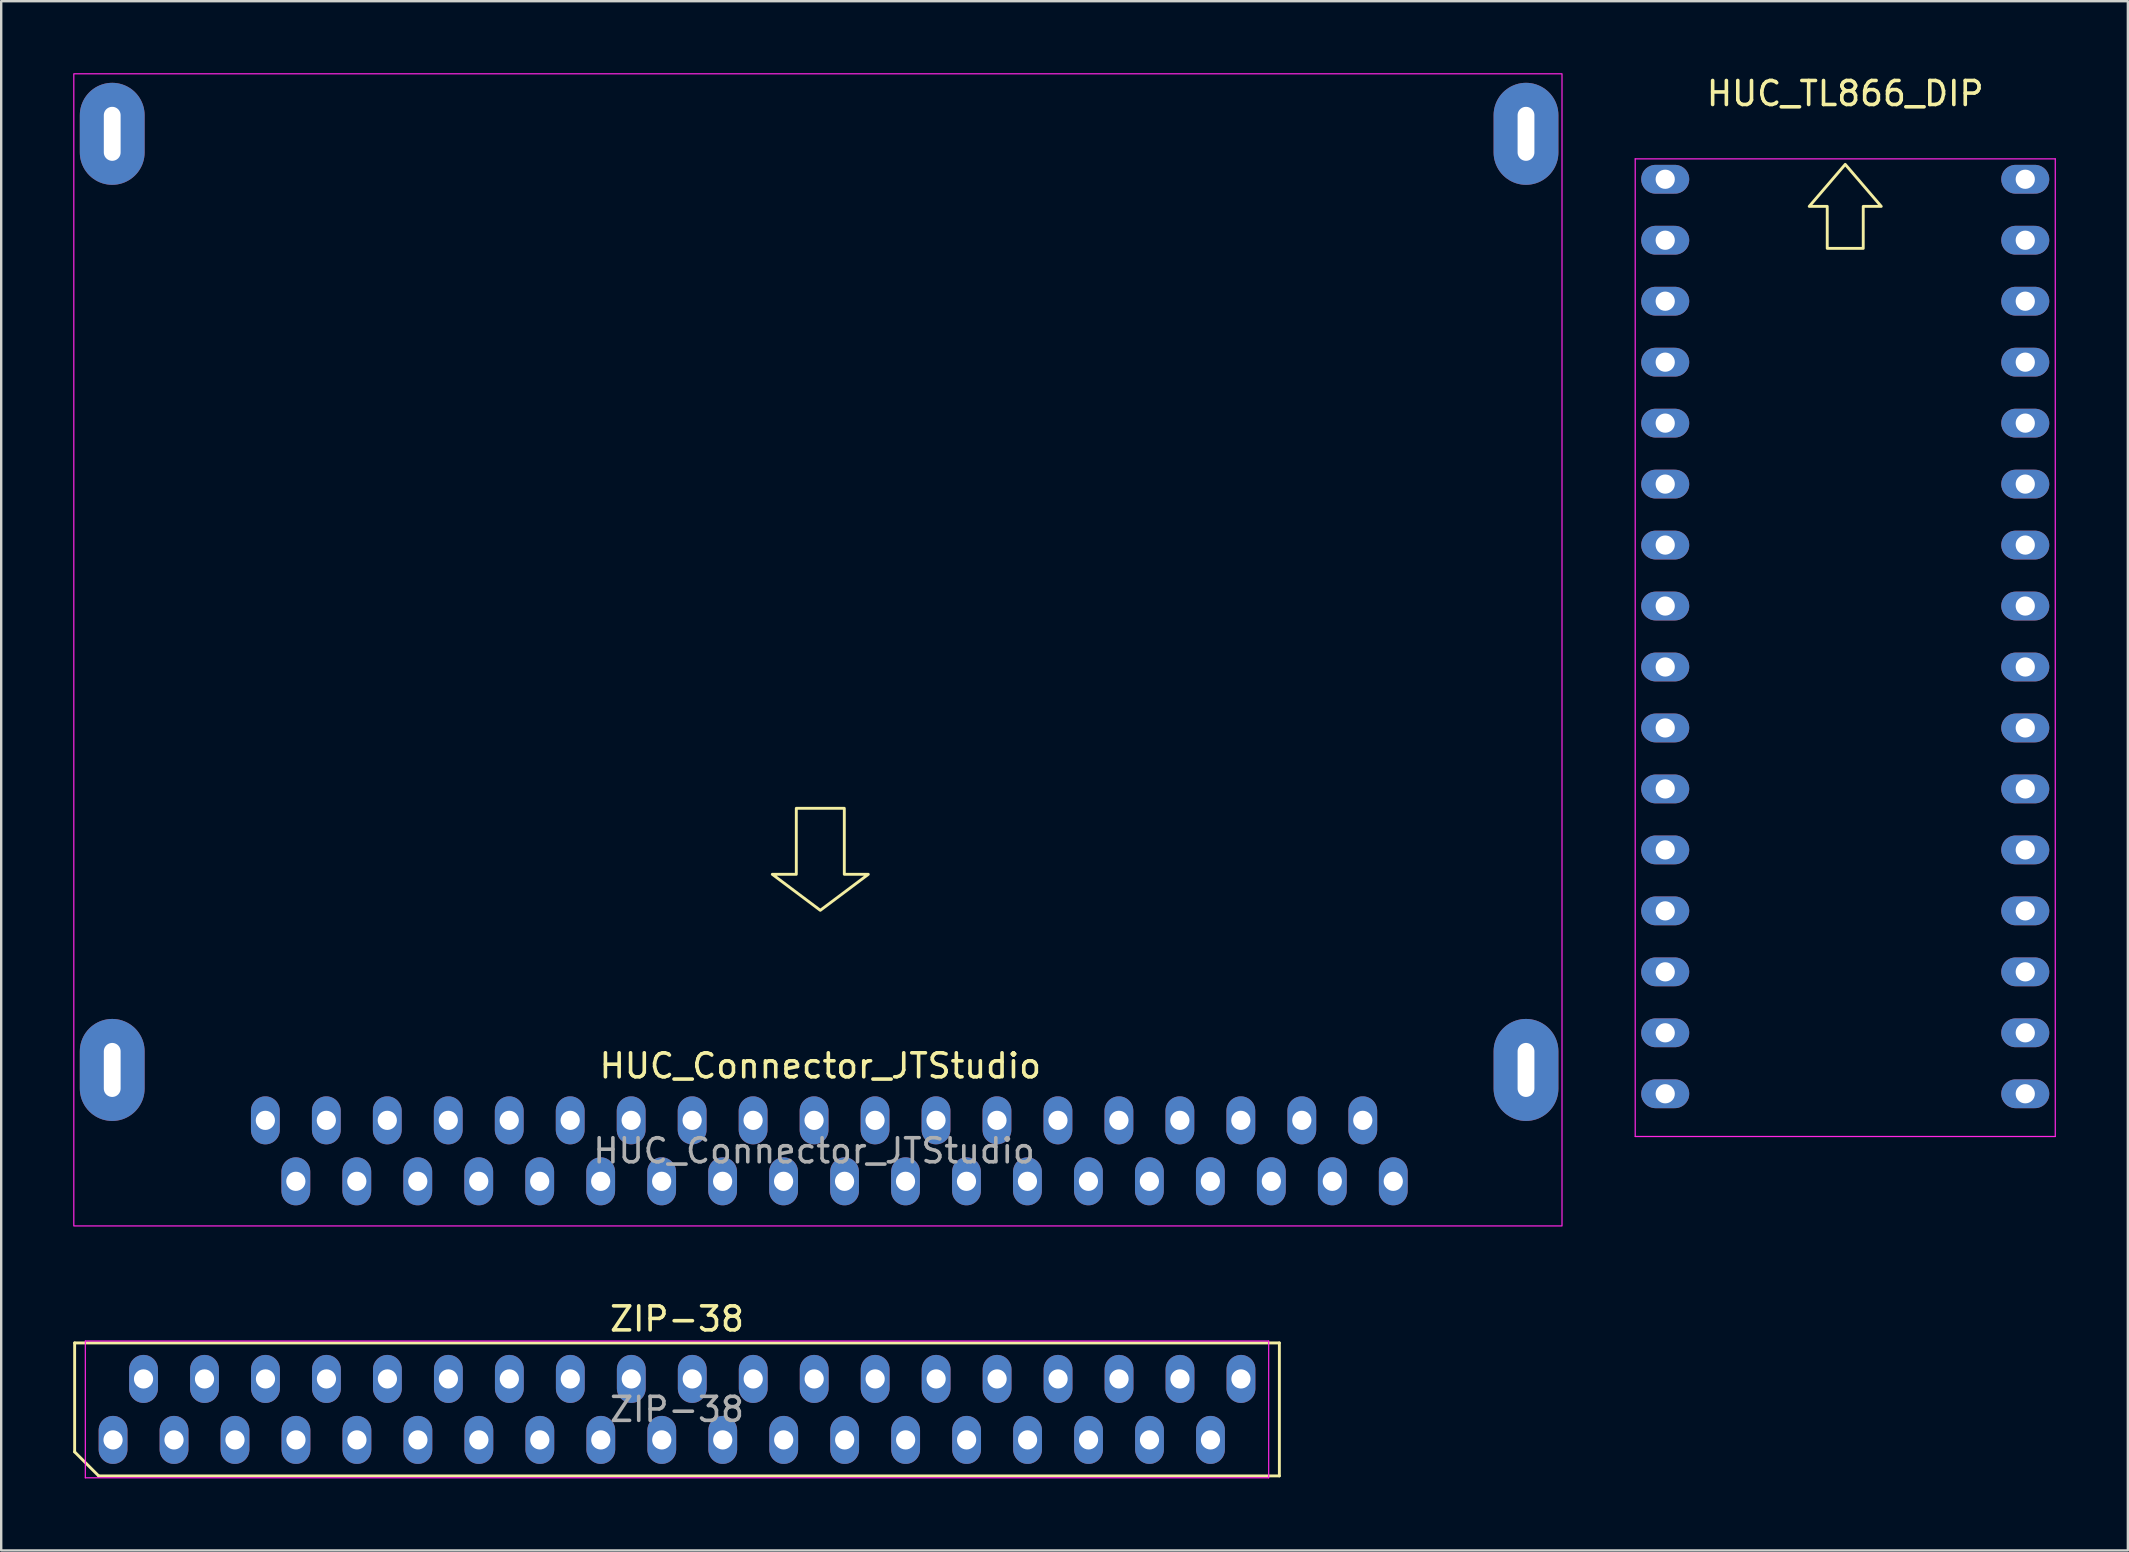
<source format=kicad_pcb>
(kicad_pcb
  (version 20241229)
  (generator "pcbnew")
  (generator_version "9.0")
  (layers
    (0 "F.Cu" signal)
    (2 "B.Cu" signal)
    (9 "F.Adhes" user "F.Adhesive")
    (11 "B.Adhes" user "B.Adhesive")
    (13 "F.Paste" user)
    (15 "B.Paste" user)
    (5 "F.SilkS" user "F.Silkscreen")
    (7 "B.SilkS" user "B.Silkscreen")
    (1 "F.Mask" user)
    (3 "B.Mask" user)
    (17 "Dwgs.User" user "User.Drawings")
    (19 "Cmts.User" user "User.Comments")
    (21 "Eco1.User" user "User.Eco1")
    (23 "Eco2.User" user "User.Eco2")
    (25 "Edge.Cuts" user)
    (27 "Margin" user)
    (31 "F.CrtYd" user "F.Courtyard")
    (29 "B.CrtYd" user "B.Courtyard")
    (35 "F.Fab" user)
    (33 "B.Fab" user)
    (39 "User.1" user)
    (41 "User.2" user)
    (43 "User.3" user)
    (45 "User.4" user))
  (footprint "ZIP-38"
    (layer "F.Cu")
    (at 25.155 55.668)
    (property "Reference" "ZIP-38" (at 0 -3.77 0) (unlocked yes) (layer "F.SilkS") (effects (font (size 1 1) (thickness 0.15))))
    (attr through_hole)
    (fp_line (start -25.095 -2.77) (end 25.095 -2.77) (stroke (width 0.12) (type default)) (layer "F.SilkS"))
    (fp_line (start -25.095 1.77) (end -25.095 -2.77) (stroke (width 0.12) (type default)) (layer "F.SilkS"))
    (fp_line (start -24.095 2.77) (end -25.095 1.77) (stroke (width 0.12) (type default)) (layer "F.SilkS"))
    (fp_line (start 25.095 -2.77) (end 25.095 2.77) (stroke (width 0.12) (type default)) (layer "F.SilkS"))
    (fp_line (start 25.095 2.77) (end -24.095 2.77) (stroke (width 0.12) (type default)) (layer "F.SilkS"))
    (fp_line (start -24.65 -2.85) (end 24.65 -2.85) (stroke (width 0.05) (type default)) (layer "F.CrtYd"))
    (fp_line (start -24.65 2.85) (end -24.65 -2.85) (stroke (width 0.05) (type default)) (layer "F.CrtYd"))
    (fp_line (start 24.65 -2.85) (end 24.65 2.85) (stroke (width 0.05) (type default)) (layer "F.CrtYd"))
    (fp_line (start 24.65 2.85) (end -24.65 2.85) (stroke (width 0.05) (type default)) (layer "F.CrtYd"))
    (fp_text user "${REFERENCE}" (at 0 0 0) (layer "F.Fab") (effects (font (size 1 1) (thickness 0.15))))
    (pad "1" thru_hole oval (at -23.495 1.27) (size 1.2 2) (drill 0.8) (layers "*.Cu" "*.Mask"))
    (pad "2" thru_hole oval (at -22.225 -1.27) (size 1.2 2) (drill 0.8) (layers "*.Cu" "*.Mask"))
    (pad "3" thru_hole oval (at -20.955 1.27) (size 1.2 2) (drill 0.8) (layers "*.Cu" "*.Mask"))
    (pad "4" thru_hole oval (at -19.685 -1.27) (size 1.2 2) (drill 0.8) (layers "*.Cu" "*.Mask"))
    (pad "5" thru_hole oval (at -18.415 1.27) (size 1.2 2) (drill 0.8) (layers "*.Cu" "*.Mask"))
    (pad "6" thru_hole oval (at -17.145 -1.27) (size 1.2 2) (drill 0.8) (layers "*.Cu" "*.Mask"))
    (pad "7" thru_hole oval (at -15.875 1.27) (size 1.2 2) (drill 0.8) (layers "*.Cu" "*.Mask"))
    (pad "8" thru_hole oval (at -14.605 -1.27) (size 1.2 2) (drill 0.8) (layers "*.Cu" "*.Mask"))
    (pad "9" thru_hole oval (at -13.335 1.27) (size 1.2 2) (drill 0.8) (layers "*.Cu" "*.Mask"))
    (pad "10" thru_hole oval (at -12.065 -1.27) (size 1.2 2) (drill 0.8) (layers "*.Cu" "*.Mask"))
    (pad "11" thru_hole oval (at -10.795 1.27) (size 1.2 2) (drill 0.8) (layers "*.Cu" "*.Mask"))
    (pad "12" thru_hole oval (at -9.525 -1.27) (size 1.2 2) (drill 0.8) (layers "*.Cu" "*.Mask"))
    (pad "13" thru_hole oval (at -8.255 1.27) (size 1.2 2) (drill 0.8) (layers "*.Cu" "*.Mask"))
    (pad "14" thru_hole oval (at -6.985 -1.27) (size 1.2 2) (drill 0.8) (layers "*.Cu" "*.Mask"))
    (pad "15" thru_hole oval (at -5.715 1.27) (size 1.2 2) (drill 0.8) (layers "*.Cu" "*.Mask"))
    (pad "16" thru_hole oval (at -4.445 -1.27) (size 1.2 2) (drill 0.8) (layers "*.Cu" "*.Mask"))
    (pad "17" thru_hole oval (at -3.175 1.27) (size 1.2 2) (drill 0.8) (layers "*.Cu" "*.Mask"))
    (pad "18" thru_hole oval (at -1.905 -1.27) (size 1.2 2) (drill 0.8) (layers "*.Cu" "*.Mask"))
    (pad "19" thru_hole oval (at -0.635 1.27) (size 1.2 2) (drill 0.8) (layers "*.Cu" "*.Mask"))
    (pad "20" thru_hole oval (at 0.635 -1.27) (size 1.2 2) (drill 0.8) (layers "*.Cu" "*.Mask"))
    (pad "21" thru_hole oval (at 1.905 1.27) (size 1.2 2) (drill 0.8) (layers "*.Cu" "*.Mask"))
    (pad "22" thru_hole oval (at 3.175 -1.27) (size 1.2 2) (drill 0.8) (layers "*.Cu" "*.Mask"))
    (pad "23" thru_hole oval (at 4.445 1.27) (size 1.2 2) (drill 0.8) (layers "*.Cu" "*.Mask"))
    (pad "24" thru_hole oval (at 5.715 -1.27) (size 1.2 2) (drill 0.8) (layers "*.Cu" "*.Mask"))
    (pad "25" thru_hole oval (at 6.985 1.27) (size 1.2 2) (drill 0.8) (layers "*.Cu" "*.Mask"))
    (pad "26" thru_hole oval (at 8.255 -1.27) (size 1.2 2) (drill 0.8) (layers "*.Cu" "*.Mask"))
    (pad "27" thru_hole oval (at 9.525 1.27) (size 1.2 2) (drill 0.8) (layers "*.Cu" "*.Mask"))
    (pad "28" thru_hole oval (at 10.795 -1.27) (size 1.2 2) (drill 0.8) (layers "*.Cu" "*.Mask"))
    (pad "29" thru_hole oval (at 12.065 1.27) (size 1.2 2) (drill 0.8) (layers "*.Cu" "*.Mask"))
    (pad "30" thru_hole oval (at 13.335 -1.27) (size 1.2 2) (drill 0.8) (layers "*.Cu" "*.Mask"))
    (pad "31" thru_hole oval (at 14.605 1.27) (size 1.2 2) (drill 0.8) (layers "*.Cu" "*.Mask"))
    (pad "32" thru_hole oval (at 15.875 -1.27) (size 1.2 2) (drill 0.8) (layers "*.Cu" "*.Mask"))
    (pad "33" thru_hole oval (at 17.145 1.27) (size 1.2 2) (drill 0.8) (layers "*.Cu" "*.Mask"))
    (pad "34" thru_hole oval (at 18.415 -1.27) (size 1.2 2) (drill 0.8) (layers "*.Cu" "*.Mask"))
    (pad "35" thru_hole oval (at 19.685 1.27) (size 1.2 2) (drill 0.8) (layers "*.Cu" "*.Mask"))
    (pad "36" thru_hole oval (at 20.955 -1.27) (size 1.2 2) (drill 0.8) (layers "*.Cu" "*.Mask"))
    (pad "37" thru_hole oval (at 22.225 1.27) (size 1.2 2) (drill 0.8) (layers "*.Cu" "*.Mask"))
    (pad "38" thru_hole oval (at 23.495 -1.27) (size 1.2 2) (drill 0.8) (layers "*.Cu" "*.Mask")))
  (footprint "HUC_Connector_JTStudio"
    (layer "F.Cu")
    (at 31.125 45.125)
    (property "Reference" "HUC_Connector_JTStudio" (at 0 -3.77 0) (unlocked yes) (layer "F.SilkS") (effects (font (size 1 1) (thickness 0.15))))
    (attr through_hole)
    (fp_poly (pts (xy -1 -14.5) (xy 1 -14.5) (xy 1 -11.75) (xy 2 -11.75) (xy 0 -10.25) (xy -2 -11.75) (xy -1 -11.75)) (stroke (width 0.12) (type solid)) (fill no) (layer "F.SilkS"))
    (fp_rect (start -31.1 -45.1) (end 30.9 2.9) (stroke (width 0.05) (type default)) (fill no) (layer "F.CrtYd"))
    (fp_text user "${REFERENCE}" (at -0.26 -0.23 0) (layer "F.Fab") (effects (font (size 1 1) (thickness 0.15))))
    (pad "0" thru_hole oval (at -29.5 -42.6) (size 2.7 4.25) (drill oval 0.7 2.25) (layers "*.Cu" "*.Mask"))
    (pad "0" thru_hole oval (at -29.5 -3.6) (size 2.7 4.25) (drill oval 0.7 2.25) (layers "*.Cu" "*.Mask"))
    (pad "0" thru_hole oval (at 29.4 -42.6) (size 2.7 4.25) (drill oval 0.7 2.25) (layers "*.Cu" "*.Mask"))
    (pad "0" thru_hole oval (at 29.4 -3.6) (size 2.7 4.25) (drill oval 0.7 2.25) (layers "*.Cu" "*.Mask"))
    (pad "1" thru_hole oval (at -23.12 -1.5) (size 1.2 2) (drill 0.8) (layers "*.Cu" "*.Mask"))
    (pad "2" thru_hole oval (at -21.85 1.04) (size 1.2 2) (drill 0.8) (layers "*.Cu" "*.Mask"))
    (pad "3" thru_hole oval (at -20.58 -1.5) (size 1.2 2) (drill 0.8) (layers "*.Cu" "*.Mask"))
    (pad "4" thru_hole oval (at -19.31 1.04) (size 1.2 2) (drill 0.8) (layers "*.Cu" "*.Mask"))
    (pad "5" thru_hole oval (at -18.04 -1.5) (size 1.2 2) (drill 0.8) (layers "*.Cu" "*.Mask"))
    (pad "6" thru_hole oval (at -16.77 1.04) (size 1.2 2) (drill 0.8) (layers "*.Cu" "*.Mask"))
    (pad "7" thru_hole oval (at -15.5 -1.5) (size 1.2 2) (drill 0.8) (layers "*.Cu" "*.Mask"))
    (pad "8" thru_hole oval (at -14.23 1.04) (size 1.2 2) (drill 0.8) (layers "*.Cu" "*.Mask"))
    (pad "9" thru_hole oval (at -12.96 -1.5) (size 1.2 2) (drill 0.8) (layers "*.Cu" "*.Mask"))
    (pad "10" thru_hole oval (at -11.69 1.04) (size 1.2 2) (drill 0.8) (layers "*.Cu" "*.Mask"))
    (pad "11" thru_hole oval (at -10.42 -1.5) (size 1.2 2) (drill 0.8) (layers "*.Cu" "*.Mask"))
    (pad "12" thru_hole oval (at -9.15 1.04) (size 1.2 2) (drill 0.8) (layers "*.Cu" "*.Mask"))
    (pad "13" thru_hole oval (at -7.88 -1.5) (size 1.2 2) (drill 0.8) (layers "*.Cu" "*.Mask"))
    (pad "14" thru_hole oval (at -6.61 1.04) (size 1.2 2) (drill 0.8) (layers "*.Cu" "*.Mask"))
    (pad "15" thru_hole oval (at -5.34 -1.5) (size 1.2 2) (drill 0.8) (layers "*.Cu" "*.Mask"))
    (pad "16" thru_hole oval (at -4.07 1.04) (size 1.2 2) (drill 0.8) (layers "*.Cu" "*.Mask"))
    (pad "17" thru_hole oval (at -2.8 -1.5) (size 1.2 2) (drill 0.8) (layers "*.Cu" "*.Mask"))
    (pad "18" thru_hole oval (at -1.53 1.04) (size 1.2 2) (drill 0.8) (layers "*.Cu" "*.Mask"))
    (pad "19" thru_hole oval (at -0.26 -1.5) (size 1.2 2) (drill 0.8) (layers "*.Cu" "*.Mask"))
    (pad "20" thru_hole oval (at 1.01 1.04) (size 1.2 2) (drill 0.8) (layers "*.Cu" "*.Mask"))
    (pad "21" thru_hole oval (at 2.28 -1.5) (size 1.2 2) (drill 0.8) (layers "*.Cu" "*.Mask"))
    (pad "22" thru_hole oval (at 3.55 1.04) (size 1.2 2) (drill 0.8) (layers "*.Cu" "*.Mask"))
    (pad "23" thru_hole oval (at 4.82 -1.5) (size 1.2 2) (drill 0.8) (layers "*.Cu" "*.Mask"))
    (pad "24" thru_hole oval (at 6.09 1.04) (size 1.2 2) (drill 0.8) (layers "*.Cu" "*.Mask"))
    (pad "25" thru_hole oval (at 7.36 -1.5) (size 1.2 2) (drill 0.8) (layers "*.Cu" "*.Mask"))
    (pad "26" thru_hole oval (at 8.63 1.04) (size 1.2 2) (drill 0.8) (layers "*.Cu" "*.Mask"))
    (pad "27" thru_hole oval (at 9.9 -1.5) (size 1.2 2) (drill 0.8) (layers "*.Cu" "*.Mask"))
    (pad "28" thru_hole oval (at 11.17 1.04) (size 1.2 2) (drill 0.8) (layers "*.Cu" "*.Mask"))
    (pad "29" thru_hole oval (at 12.44 -1.5) (size 1.2 2) (drill 0.8) (layers "*.Cu" "*.Mask"))
    (pad "30" thru_hole oval (at 13.71 1.04) (size 1.2 2) (drill 0.8) (layers "*.Cu" "*.Mask"))
    (pad "31" thru_hole oval (at 14.98 -1.5) (size 1.2 2) (drill 0.8) (layers "*.Cu" "*.Mask"))
    (pad "32" thru_hole oval (at 16.25 1.04) (size 1.2 2) (drill 0.8) (layers "*.Cu" "*.Mask"))
    (pad "33" thru_hole oval (at 17.52 -1.5) (size 1.2 2) (drill 0.8) (layers "*.Cu" "*.Mask"))
    (pad "34" thru_hole oval (at 18.79 1.04) (size 1.2 2) (drill 0.8) (layers "*.Cu" "*.Mask"))
    (pad "35" thru_hole oval (at 20.06 -1.5) (size 1.2 2) (drill 0.8) (layers "*.Cu" "*.Mask"))
    (pad "36" thru_hole oval (at 21.33 1.04) (size 1.2 2) (drill 0.8) (layers "*.Cu" "*.Mask"))
    (pad "37" thru_hole oval (at 22.6 -1.5) (size 1.2 2) (drill 0.8) (layers "*.Cu" "*.Mask"))
    (pad "38" thru_hole oval (at 23.87 1.04) (size 1.2 2) (drill 0.8) (layers "*.Cu" "*.Mask")))
  (footprint "HUC_TL866_DIP"
    (layer "F.Cu")
    (at 73.825 28.548)
    (property "Reference" "HUC_TL866_DIP" (at 0 -27.7 0) (unlocked yes) (layer "F.SilkS") (effects (font (size 1 1) (thickness 0.15))))
    (attr through_hole)
    (fp_poly (pts (xy -0.75 -21.25) (xy 0.75 -21.25) (xy 0.75 -23) (xy 1.5 -23) (xy 0 -24.75) (xy -1.5 -23) (xy -0.75 -23)) (stroke (width 0.12) (type solid)) (fill no) (layer "F.SilkS"))
    (fp_line (start -8.75 -24.98) (end 8.75 -24.98) (stroke (width 0.05) (type default)) (layer "F.CrtYd"))
    (fp_line (start -8.75 15.75) (end -8.75 -24.98) (stroke (width 0.05) (type default)) (layer "F.CrtYd"))
    (fp_line (start 8.75 -24.98) (end 8.75 15.75) (stroke (width 0.05) (type default)) (layer "F.CrtYd"))
    (fp_line (start 8.75 15.75) (end -8.75 15.75) (stroke (width 0.05) (type default)) (layer "F.CrtYd"))
    (pad "1" thru_hole oval (at -7.5 -24.13 270) (size 1.2 2) (drill 0.8) (layers "*.Cu" "*.Mask"))
    (pad "2" thru_hole oval (at -7.5 -21.59 270) (size 1.2 2) (drill 0.8) (layers "*.Cu" "*.Mask"))
    (pad "3" thru_hole oval (at -7.5 -19.05 270) (size 1.2 2) (drill 0.8) (layers "*.Cu" "*.Mask"))
    (pad "4" thru_hole oval (at -7.5 -16.51 270) (size 1.2 2) (drill 0.8) (layers "*.Cu" "*.Mask"))
    (pad "5" thru_hole oval (at -7.5 -13.97 270) (size 1.2 2) (drill 0.8) (layers "*.Cu" "*.Mask"))
    (pad "6" thru_hole oval (at -7.5 -11.43 270) (size 1.2 2) (drill 0.8) (layers "*.Cu" "*.Mask"))
    (pad "7" thru_hole oval (at -7.5 -8.89 270) (size 1.2 2) (drill 0.8) (layers "*.Cu" "*.Mask"))
    (pad "8" thru_hole oval (at -7.5 -6.35 270) (size 1.2 2) (drill 0.8) (layers "*.Cu" "*.Mask"))
    (pad "9" thru_hole oval (at -7.5 -3.81 270) (size 1.2 2) (drill 0.8) (layers "*.Cu" "*.Mask"))
    (pad "10" thru_hole oval (at -7.5 -1.27 270) (size 1.2 2) (drill 0.8) (layers "*.Cu" "*.Mask"))
    (pad "11" thru_hole oval (at -7.5 1.27 270) (size 1.2 2) (drill 0.8) (layers "*.Cu" "*.Mask"))
    (pad "12" thru_hole oval (at -7.5 3.81 270) (size 1.2 2) (drill 0.8) (layers "*.Cu" "*.Mask"))
    (pad "13" thru_hole oval (at -7.5 6.35 270) (size 1.2 2) (drill 0.8) (layers "*.Cu" "*.Mask"))
    (pad "14" thru_hole oval (at -7.5 8.89 270) (size 1.2 2) (drill 0.8) (layers "*.Cu" "*.Mask"))
    (pad "15" thru_hole oval (at -7.5 11.43 270) (size 1.2 2) (drill 0.8) (layers "*.Cu" "*.Mask"))
    (pad "16" thru_hole oval (at -7.5 13.97 270) (size 1.2 2) (drill 0.8) (layers "*.Cu" "*.Mask"))
    (pad "17" thru_hole oval (at 7.5 13.97 270) (size 1.2 2) (drill 0.8) (layers "*.Cu" "*.Mask"))
    (pad "18" thru_hole oval (at 7.5 11.43 270) (size 1.2 2) (drill 0.8) (layers "*.Cu" "*.Mask"))
    (pad "19" thru_hole oval (at 7.5 8.89 270) (size 1.2 2) (drill 0.8) (layers "*.Cu" "*.Mask"))
    (pad "20" thru_hole oval (at 7.5 6.35 270) (size 1.2 2) (drill 0.8) (layers "*.Cu" "*.Mask"))
    (pad "21" thru_hole oval (at 7.5 3.81 270) (size 1.2 2) (drill 0.8) (layers "*.Cu" "*.Mask"))
    (pad "22" thru_hole oval (at 7.5 1.27 270) (size 1.2 2) (drill 0.8) (layers "*.Cu" "*.Mask"))
    (pad "23" thru_hole oval (at 7.5 -1.27 270) (size 1.2 2) (drill 0.8) (layers "*.Cu" "*.Mask"))
    (pad "24" thru_hole oval (at 7.5 -3.81 270) (size 1.2 2) (drill 0.8) (layers "*.Cu" "*.Mask"))
    (pad "25" thru_hole oval (at 7.5 -6.35 270) (size 1.2 2) (drill 0.8) (layers "*.Cu" "*.Mask"))
    (pad "26" thru_hole oval (at 7.5 -8.89 270) (size 1.2 2) (drill 0.8) (layers "*.Cu" "*.Mask"))
    (pad "27" thru_hole oval (at 7.5 -11.43 270) (size 1.2 2) (drill 0.8) (layers "*.Cu" "*.Mask"))
    (pad "28" thru_hole oval (at 7.5 -13.97 270) (size 1.2 2) (drill 0.8) (layers "*.Cu" "*.Mask"))
    (pad "29" thru_hole oval (at 7.5 -16.51 270) (size 1.2 2) (drill 0.8) (layers "*.Cu" "*.Mask"))
    (pad "30" thru_hole oval (at 7.5 -19.05 270) (size 1.2 2) (drill 0.8) (layers "*.Cu" "*.Mask"))
    (pad "31" thru_hole oval (at 7.5 -21.59 270) (size 1.2 2) (drill 0.8) (layers "*.Cu" "*.Mask"))
    (pad "32" thru_hole oval (at 7.5 -24.13 270) (size 1.2 2) (drill 0.8) (layers "*.Cu" "*.Mask")))
  (gr_rect
    (start -3 -3)
    (end 85.6 61.543)
    (stroke (width 0.1) (type default))
    (fill no)
    (layer "Edge.Cuts")))
</source>
